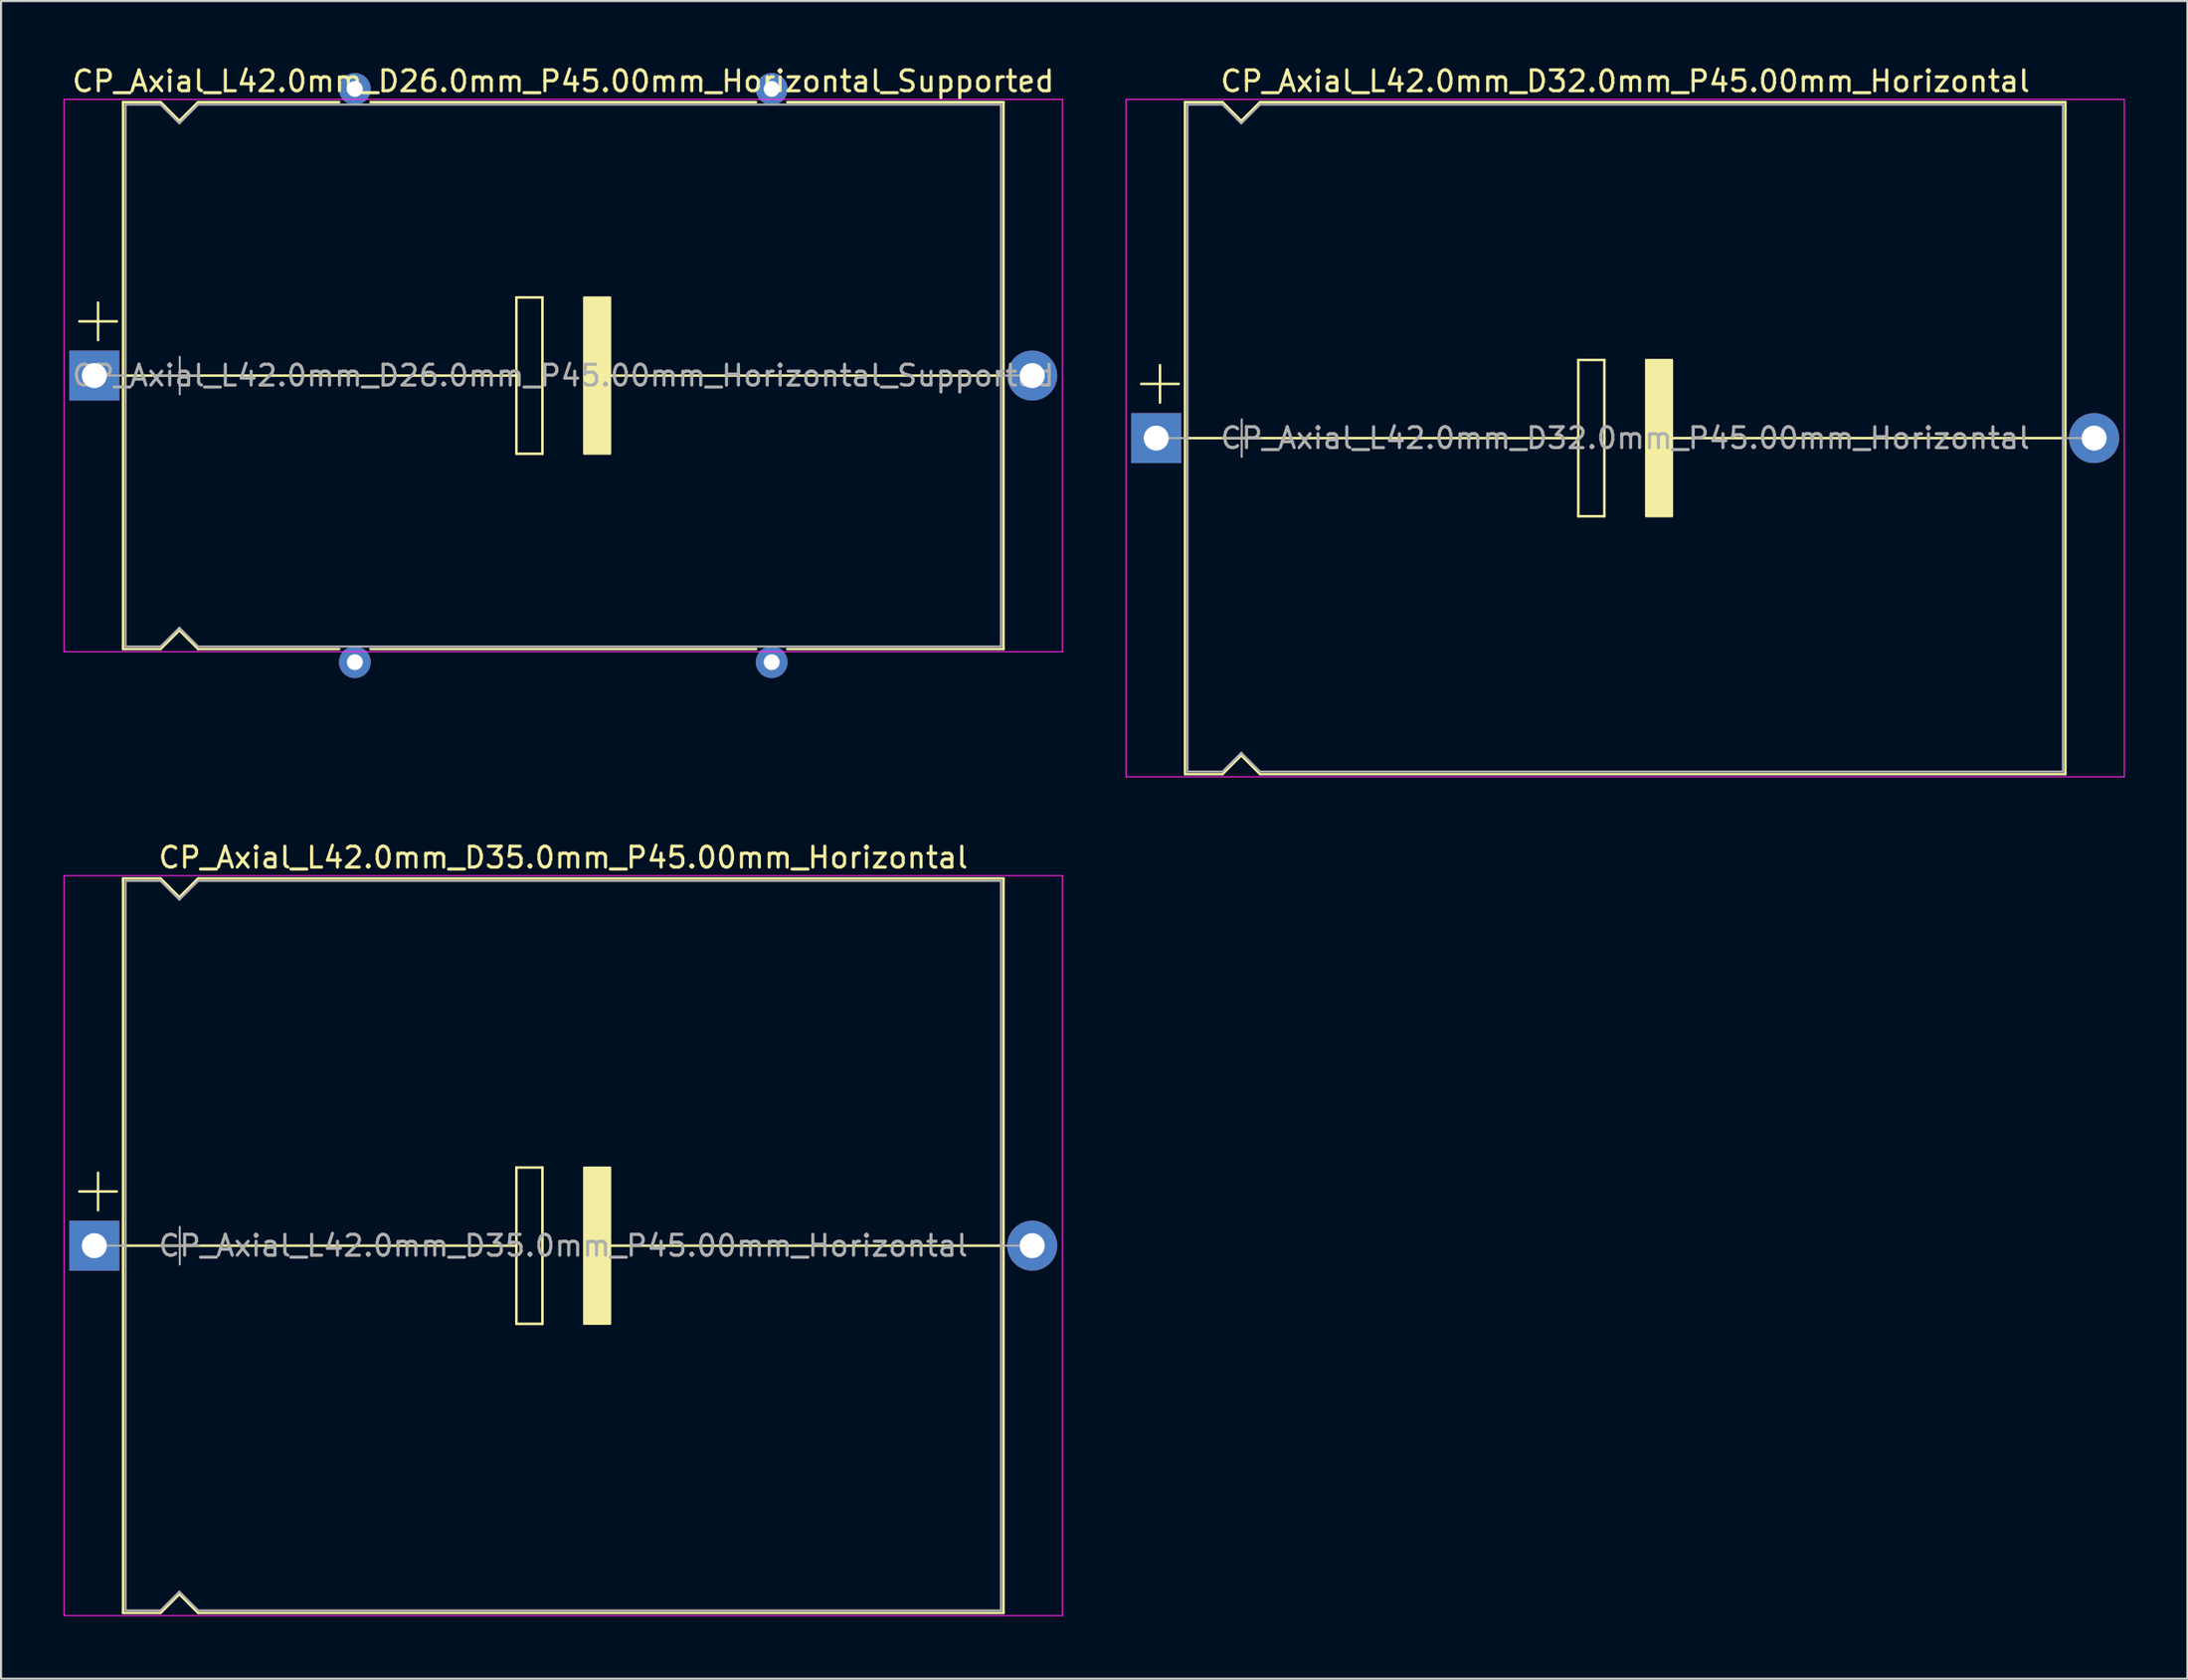
<source format=kicad_pcb>
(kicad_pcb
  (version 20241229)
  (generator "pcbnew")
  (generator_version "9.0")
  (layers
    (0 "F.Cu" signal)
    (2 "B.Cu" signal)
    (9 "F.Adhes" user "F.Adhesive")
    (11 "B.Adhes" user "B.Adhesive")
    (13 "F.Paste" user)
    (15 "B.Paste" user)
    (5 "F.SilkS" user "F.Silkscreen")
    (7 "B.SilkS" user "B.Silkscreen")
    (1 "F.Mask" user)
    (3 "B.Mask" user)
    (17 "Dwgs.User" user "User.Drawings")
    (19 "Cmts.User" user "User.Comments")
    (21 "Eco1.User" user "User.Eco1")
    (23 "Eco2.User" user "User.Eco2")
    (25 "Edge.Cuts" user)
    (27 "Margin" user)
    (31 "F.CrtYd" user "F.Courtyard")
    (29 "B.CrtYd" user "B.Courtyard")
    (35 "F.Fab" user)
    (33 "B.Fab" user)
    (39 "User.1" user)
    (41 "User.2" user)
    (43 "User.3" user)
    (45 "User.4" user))
  (footprint "CP_Axial_L42.0mm_D35.0mm_P45.00mm_Horizontal"
    (layer "F.Cu")
    (at 1.475 56.712)
    (property "Reference" "CP_Axial_L42.0mm_D35.0mm_P45.00mm_Horizontal" (at 22.5 -18.62 0) (layer "F.SilkS") (effects (font (size 1 1) (thickness 0.15))))
    (attr through_hole)
    (fp_line (start -0.72 -2.6) (end 1.08 -2.6) (stroke (width 0.12) (type solid)) (layer "F.SilkS"))
    (fp_line (start 0.18 -3.5) (end 0.18 -1.7) (stroke (width 0.12) (type solid)) (layer "F.SilkS"))
    (fp_line (start 1.38 -17.62) (end 1.38 17.62) (stroke (width 0.12) (type solid)) (layer "F.SilkS"))
    (fp_line (start 1.38 -17.62) (end 3.18 -17.62) (stroke (width 0.12) (type solid)) (layer "F.SilkS"))
    (fp_line (start 1.38 17.62) (end 3.18 17.62) (stroke (width 0.12) (type solid)) (layer "F.SilkS"))
    (fp_line (start 1.397 0) (end 20.25 0) (stroke (width 0.12) (type solid)) (layer "F.SilkS"))
    (fp_line (start 3.18 -17.62) (end 4.08 -16.72) (stroke (width 0.12) (type solid)) (layer "F.SilkS"))
    (fp_line (start 3.18 17.62) (end 4.08 16.72) (stroke (width 0.12) (type solid)) (layer "F.SilkS"))
    (fp_line (start 4.08 -16.72) (end 4.98 -17.62) (stroke (width 0.12) (type solid)) (layer "F.SilkS"))
    (fp_line (start 4.08 16.72) (end 4.98 17.62) (stroke (width 0.12) (type solid)) (layer "F.SilkS"))
    (fp_line (start 4.98 -17.62) (end 43.62 -17.62) (stroke (width 0.12) (type solid)) (layer "F.SilkS"))
    (fp_line (start 4.98 17.62) (end 43.62 17.62) (stroke (width 0.12) (type solid)) (layer "F.SilkS"))
    (fp_line (start 20.25 -3.75) (end 21.5 -3.75) (stroke (width 0.12) (type solid)) (layer "F.SilkS"))
    (fp_line (start 20.25 0) (end 20.25 -3.75) (stroke (width 0.12) (type solid)) (layer "F.SilkS"))
    (fp_line (start 20.25 3.75) (end 20.25 0) (stroke (width 0.12) (type solid)) (layer "F.SilkS"))
    (fp_line (start 21.5 -3.75) (end 21.5 3.75) (stroke (width 0.12) (type solid)) (layer "F.SilkS"))
    (fp_line (start 21.5 3.75) (end 20.25 3.75) (stroke (width 0.12) (type solid)) (layer "F.SilkS"))
    (fp_line (start 24.75 0) (end 43.561 0) (stroke (width 0.12) (type solid)) (layer "F.SilkS"))
    (fp_line (start 43.62 -17.62) (end 43.62 17.62) (stroke (width 0.12) (type solid)) (layer "F.SilkS"))
    (fp_poly (pts (xy 24.75 3.75) (xy 23.5 3.75) (xy 23.5 -3.75) (xy 24.75 -3.75)) (stroke (width 0.1) (type solid)) (fill yes) (layer "F.SilkS"))
    (fp_line (start -1.45 -17.75) (end -1.45 17.75) (stroke (width 0.05) (type solid)) (layer "F.CrtYd"))
    (fp_line (start -1.45 17.75) (end 46.45 17.75) (stroke (width 0.05) (type solid)) (layer "F.CrtYd"))
    (fp_line (start 46.45 -17.75) (end -1.45 -17.75) (stroke (width 0.05) (type solid)) (layer "F.CrtYd"))
    (fp_line (start 46.45 17.75) (end 46.45 -17.75) (stroke (width 0.05) (type solid)) (layer "F.CrtYd"))
    (fp_line (start 0 0) (end 1.5 0) (stroke (width 0.1) (type solid)) (layer "F.Fab"))
    (fp_line (start 1.5 -17.5) (end 1.5 17.5) (stroke (width 0.1) (type solid)) (layer "F.Fab"))
    (fp_line (start 1.5 -17.5) (end 3.18 -17.5) (stroke (width 0.1) (type solid)) (layer "F.Fab"))
    (fp_line (start 1.5 17.5) (end 3.18 17.5) (stroke (width 0.1) (type solid)) (layer "F.Fab"))
    (fp_line (start 3.18 -17.5) (end 4.08 -16.6) (stroke (width 0.1) (type solid)) (layer "F.Fab"))
    (fp_line (start 3.18 17.5) (end 4.08 16.6) (stroke (width 0.1) (type solid)) (layer "F.Fab"))
    (fp_line (start 3.2 0) (end 5 0) (stroke (width 0.1) (type solid)) (layer "F.Fab"))
    (fp_line (start 4.08 -16.6) (end 4.98 -17.5) (stroke (width 0.1) (type solid)) (layer "F.Fab"))
    (fp_line (start 4.08 16.6) (end 4.98 17.5) (stroke (width 0.1) (type solid)) (layer "F.Fab"))
    (fp_line (start 4.1 -0.9) (end 4.1 0.9) (stroke (width 0.1) (type solid)) (layer "F.Fab"))
    (fp_line (start 4.98 -17.5) (end 43.5 -17.5) (stroke (width 0.1) (type solid)) (layer "F.Fab"))
    (fp_line (start 4.98 17.5) (end 43.5 17.5) (stroke (width 0.1) (type solid)) (layer "F.Fab"))
    (fp_line (start 43.5 -17.5) (end 43.5 17.5) (stroke (width 0.1) (type solid)) (layer "F.Fab"))
    (fp_line (start 45 0) (end 43.5 0) (stroke (width 0.1) (type solid)) (layer "F.Fab"))
    (fp_text user "${REFERENCE}" (at 22.5 0 0) (layer "F.Fab") (effects (font (size 1 1) (thickness 0.15))))
    (pad "1" thru_hole rect (at 0 0) (size 2.4 2.4) (drill 1.2) (layers "*.Cu" "*.Mask"))
    (pad "2" thru_hole oval (at 45 0) (size 2.4 2.4) (drill 1.2) (layers "*.Cu" "*.Mask")))
  (footprint "CP_Axial_L42.0mm_D32.0mm_P45.00mm_Horizontal"
    (layer "F.Cu")
    (at 52.425 17.968)
    (property "Reference" "CP_Axial_L42.0mm_D32.0mm_P45.00mm_Horizontal" (at 22.5 -17.12 0) (layer "F.SilkS") (effects (font (size 1 1) (thickness 0.15))))
    (attr through_hole)
    (fp_line (start -0.72 -2.6) (end 1.08 -2.6) (stroke (width 0.12) (type solid)) (layer "F.SilkS"))
    (fp_line (start 0.18 -3.5) (end 0.18 -1.7) (stroke (width 0.12) (type solid)) (layer "F.SilkS"))
    (fp_line (start 1.38 -16.12) (end 1.38 16.12) (stroke (width 0.12) (type solid)) (layer "F.SilkS"))
    (fp_line (start 1.38 -16.12) (end 3.18 -16.12) (stroke (width 0.12) (type solid)) (layer "F.SilkS"))
    (fp_line (start 1.38 16.12) (end 3.18 16.12) (stroke (width 0.12) (type solid)) (layer "F.SilkS"))
    (fp_line (start 1.397 0) (end 20.25 0) (stroke (width 0.12) (type solid)) (layer "F.SilkS"))
    (fp_line (start 3.18 -16.12) (end 4.08 -15.22) (stroke (width 0.12) (type solid)) (layer "F.SilkS"))
    (fp_line (start 3.18 16.12) (end 4.08 15.22) (stroke (width 0.12) (type solid)) (layer "F.SilkS"))
    (fp_line (start 4.08 -15.22) (end 4.98 -16.12) (stroke (width 0.12) (type solid)) (layer "F.SilkS"))
    (fp_line (start 4.08 15.22) (end 4.98 16.12) (stroke (width 0.12) (type solid)) (layer "F.SilkS"))
    (fp_line (start 4.98 -16.12) (end 43.62 -16.12) (stroke (width 0.12) (type solid)) (layer "F.SilkS"))
    (fp_line (start 4.98 16.12) (end 43.62 16.12) (stroke (width 0.12) (type solid)) (layer "F.SilkS"))
    (fp_line (start 20.25 -3.75) (end 21.5 -3.75) (stroke (width 0.12) (type solid)) (layer "F.SilkS"))
    (fp_line (start 20.25 0) (end 20.25 -3.75) (stroke (width 0.12) (type solid)) (layer "F.SilkS"))
    (fp_line (start 20.25 3.75) (end 20.25 0) (stroke (width 0.12) (type solid)) (layer "F.SilkS"))
    (fp_line (start 21.5 -3.75) (end 21.5 3.75) (stroke (width 0.12) (type solid)) (layer "F.SilkS"))
    (fp_line (start 21.5 3.75) (end 20.25 3.75) (stroke (width 0.12) (type solid)) (layer "F.SilkS"))
    (fp_line (start 24.75 0) (end 43.561 0) (stroke (width 0.12) (type solid)) (layer "F.SilkS"))
    (fp_line (start 43.62 -16.12) (end 43.62 16.12) (stroke (width 0.12) (type solid)) (layer "F.SilkS"))
    (fp_poly (pts (xy 24.75 3.75) (xy 23.5 3.75) (xy 23.5 -3.75) (xy 24.75 -3.75)) (stroke (width 0.1) (type solid)) (fill yes) (layer "F.SilkS"))
    (fp_line (start -1.45 -16.25) (end -1.45 16.25) (stroke (width 0.05) (type solid)) (layer "F.CrtYd"))
    (fp_line (start -1.45 16.25) (end 46.45 16.25) (stroke (width 0.05) (type solid)) (layer "F.CrtYd"))
    (fp_line (start 46.45 -16.25) (end -1.45 -16.25) (stroke (width 0.05) (type solid)) (layer "F.CrtYd"))
    (fp_line (start 46.45 16.25) (end 46.45 -16.25) (stroke (width 0.05) (type solid)) (layer "F.CrtYd"))
    (fp_line (start 0 0) (end 1.5 0) (stroke (width 0.1) (type solid)) (layer "F.Fab"))
    (fp_line (start 1.5 -16) (end 1.5 16) (stroke (width 0.1) (type solid)) (layer "F.Fab"))
    (fp_line (start 1.5 -16) (end 3.18 -16) (stroke (width 0.1) (type solid)) (layer "F.Fab"))
    (fp_line (start 1.5 16) (end 3.18 16) (stroke (width 0.1) (type solid)) (layer "F.Fab"))
    (fp_line (start 3.18 -16) (end 4.08 -15.1) (stroke (width 0.1) (type solid)) (layer "F.Fab"))
    (fp_line (start 3.18 16) (end 4.08 15.1) (stroke (width 0.1) (type solid)) (layer "F.Fab"))
    (fp_line (start 3.2 0) (end 5 0) (stroke (width 0.1) (type solid)) (layer "F.Fab"))
    (fp_line (start 4.08 -15.1) (end 4.98 -16) (stroke (width 0.1) (type solid)) (layer "F.Fab"))
    (fp_line (start 4.08 15.1) (end 4.98 16) (stroke (width 0.1) (type solid)) (layer "F.Fab"))
    (fp_line (start 4.1 -0.9) (end 4.1 0.9) (stroke (width 0.1) (type solid)) (layer "F.Fab"))
    (fp_line (start 4.98 -16) (end 43.5 -16) (stroke (width 0.1) (type solid)) (layer "F.Fab"))
    (fp_line (start 4.98 16) (end 43.5 16) (stroke (width 0.1) (type solid)) (layer "F.Fab"))
    (fp_line (start 43.5 -16) (end 43.5 16) (stroke (width 0.1) (type solid)) (layer "F.Fab"))
    (fp_line (start 45 0) (end 43.5 0) (stroke (width 0.1) (type solid)) (layer "F.Fab"))
    (fp_text user "${REFERENCE}" (at 22.5 0 0) (layer "F.Fab") (effects (font (size 1 1) (thickness 0.15))))
    (pad "1" thru_hole rect (at 0 0) (size 2.4 2.4) (drill 1.2) (layers "*.Cu" "*.Mask"))
    (pad "2" thru_hole oval (at 45 0) (size 2.4 2.4) (drill 1.2) (layers "*.Cu" "*.Mask")))
  (footprint "CP_Axial_L42.0mm_D26.0mm_P45.00mm_Horizontal_Supported"
    (layer "F.Cu")
    (at 1.475 14.968)
    (property "Reference" "CP_Axial_L42.0mm_D26.0mm_P45.00mm_Horizontal_Supported" (at 22.5 -14.12 0) (layer "F.SilkS") (effects (font (size 1 1) (thickness 0.15))))
    (attr through_hole)
    (fp_line (start -0.72 -2.6) (end 1.08 -2.6) (stroke (width 0.12) (type solid)) (layer "F.SilkS"))
    (fp_line (start 0.18 -3.5) (end 0.18 -1.7) (stroke (width 0.12) (type solid)) (layer "F.SilkS"))
    (fp_line (start 1.38 -13.12) (end 1.38 13.12) (stroke (width 0.12) (type solid)) (layer "F.SilkS"))
    (fp_line (start 1.38 -13.12) (end 3.18 -13.12) (stroke (width 0.12) (type solid)) (layer "F.SilkS"))
    (fp_line (start 1.38 13.12) (end 3.18 13.12) (stroke (width 0.12) (type solid)) (layer "F.SilkS"))
    (fp_line (start 1.397 0) (end 20.25 0) (stroke (width 0.12) (type solid)) (layer "F.SilkS"))
    (fp_line (start 3.18 -13.12) (end 4.08 -12.22) (stroke (width 0.12) (type solid)) (layer "F.SilkS"))
    (fp_line (start 3.18 13.12) (end 4.08 12.22) (stroke (width 0.12) (type solid)) (layer "F.SilkS"))
    (fp_line (start 4.08 -12.22) (end 4.98 -13.12) (stroke (width 0.12) (type solid)) (layer "F.SilkS"))
    (fp_line (start 4.08 12.22) (end 4.98 13.12) (stroke (width 0.12) (type solid)) (layer "F.SilkS"))
    (fp_line (start 4.98 -13.12) (end 11.75 -13.12) (stroke (width 0.12) (type solid)) (layer "F.SilkS"))
    (fp_line (start 4.98 13.12) (end 11.75 13.12) (stroke (width 0.12) (type solid)) (layer "F.SilkS"))
    (fp_line (start 13.25 -13.12) (end 31.75 -13.12) (stroke (width 0.12) (type solid)) (layer "F.SilkS"))
    (fp_line (start 13.25 13.12) (end 31.75 13.12) (stroke (width 0.12) (type solid)) (layer "F.SilkS"))
    (fp_line (start 20.25 -3.75) (end 21.5 -3.75) (stroke (width 0.12) (type solid)) (layer "F.SilkS"))
    (fp_line (start 20.25 0) (end 20.25 -3.75) (stroke (width 0.12) (type solid)) (layer "F.SilkS"))
    (fp_line (start 20.25 3.75) (end 20.25 0) (stroke (width 0.12) (type solid)) (layer "F.SilkS"))
    (fp_line (start 21.5 -3.75) (end 21.5 3.75) (stroke (width 0.12) (type solid)) (layer "F.SilkS"))
    (fp_line (start 21.5 3.75) (end 20.25 3.75) (stroke (width 0.12) (type solid)) (layer "F.SilkS"))
    (fp_line (start 24.75 0) (end 43.561 0) (stroke (width 0.12) (type solid)) (layer "F.SilkS"))
    (fp_line (start 33.25 -13.12) (end 43.62 -13.12) (stroke (width 0.12) (type solid)) (layer "F.SilkS"))
    (fp_line (start 33.25 13.12) (end 43.62 13.12) (stroke (width 0.12) (type solid)) (layer "F.SilkS"))
    (fp_line (start 43.62 -13.12) (end 43.62 13.12) (stroke (width 0.12) (type solid)) (layer "F.SilkS"))
    (fp_poly (pts (xy 24.75 3.75) (xy 23.5 3.75) (xy 23.5 -3.75) (xy 24.75 -3.75)) (stroke (width 0.1) (type solid)) (fill yes) (layer "F.SilkS"))
    (fp_line (start -1.45 -13.25) (end -1.45 13.25) (stroke (width 0.05) (type solid)) (layer "F.CrtYd"))
    (fp_line (start -1.45 13.25) (end 46.45 13.25) (stroke (width 0.05) (type solid)) (layer "F.CrtYd"))
    (fp_line (start 46.45 -13.25) (end -1.45 -13.25) (stroke (width 0.05) (type solid)) (layer "F.CrtYd"))
    (fp_line (start 46.45 13.25) (end 46.45 -13.25) (stroke (width 0.05) (type solid)) (layer "F.CrtYd"))
    (fp_line (start 0 0) (end 1.5 0) (stroke (width 0.1) (type solid)) (layer "F.Fab"))
    (fp_line (start 1.5 -13) (end 1.5 13) (stroke (width 0.1) (type solid)) (layer "F.Fab"))
    (fp_line (start 1.5 -13) (end 3.18 -13) (stroke (width 0.1) (type solid)) (layer "F.Fab"))
    (fp_line (start 1.5 13) (end 3.18 13) (stroke (width 0.1) (type solid)) (layer "F.Fab"))
    (fp_line (start 3.18 -13) (end 4.08 -12.1) (stroke (width 0.1) (type solid)) (layer "F.Fab"))
    (fp_line (start 3.18 13) (end 4.08 12.1) (stroke (width 0.1) (type solid)) (layer "F.Fab"))
    (fp_line (start 3.2 0) (end 5 0) (stroke (width 0.1) (type solid)) (layer "F.Fab"))
    (fp_line (start 4.08 -12.1) (end 4.98 -13) (stroke (width 0.1) (type solid)) (layer "F.Fab"))
    (fp_line (start 4.08 12.1) (end 4.98 13) (stroke (width 0.1) (type solid)) (layer "F.Fab"))
    (fp_line (start 4.1 -0.9) (end 4.1 0.9) (stroke (width 0.1) (type solid)) (layer "F.Fab"))
    (fp_line (start 4.98 -13) (end 43.5 -13) (stroke (width 0.1) (type solid)) (layer "F.Fab"))
    (fp_line (start 4.98 13) (end 43.5 13) (stroke (width 0.1) (type solid)) (layer "F.Fab"))
    (fp_line (start 43.5 -13) (end 43.5 13) (stroke (width 0.1) (type solid)) (layer "F.Fab"))
    (fp_line (start 45 0) (end 43.5 0) (stroke (width 0.1) (type solid)) (layer "F.Fab"))
    (fp_text user "${REFERENCE}" (at 22.5 0 0) (layer "F.Fab") (effects (font (size 1 1) (thickness 0.15))))
    (pad "" thru_hole circle (at 12.5 -13.75) (size 1.524 1.524) (drill 0.762) (layers "*.Cu" "*.Mask"))
    (pad "" thru_hole circle (at 12.5 13.75) (size 1.524 1.524) (drill 0.762) (layers "*.Cu" "*.Mask"))
    (pad "" thru_hole circle (at 32.5 -13.75) (size 1.524 1.524) (drill 0.762) (layers "*.Cu" "*.Mask"))
    (pad "" thru_hole circle (at 32.5 13.75) (size 1.524 1.524) (drill 0.762) (layers "*.Cu" "*.Mask"))
    (pad "1" thru_hole rect (at 0 0) (size 2.4 2.4) (drill 1.2) (layers "*.Cu" "*.Mask"))
    (pad "2" thru_hole oval (at 45 0) (size 2.4 2.4) (drill 1.2) (layers "*.Cu" "*.Mask")))
  (gr_rect
    (start -3 -3)
    (end 101.9 77.487)
    (stroke (width 0.1) (type default))
    (fill no)
    (layer "Edge.Cuts")))
</source>
